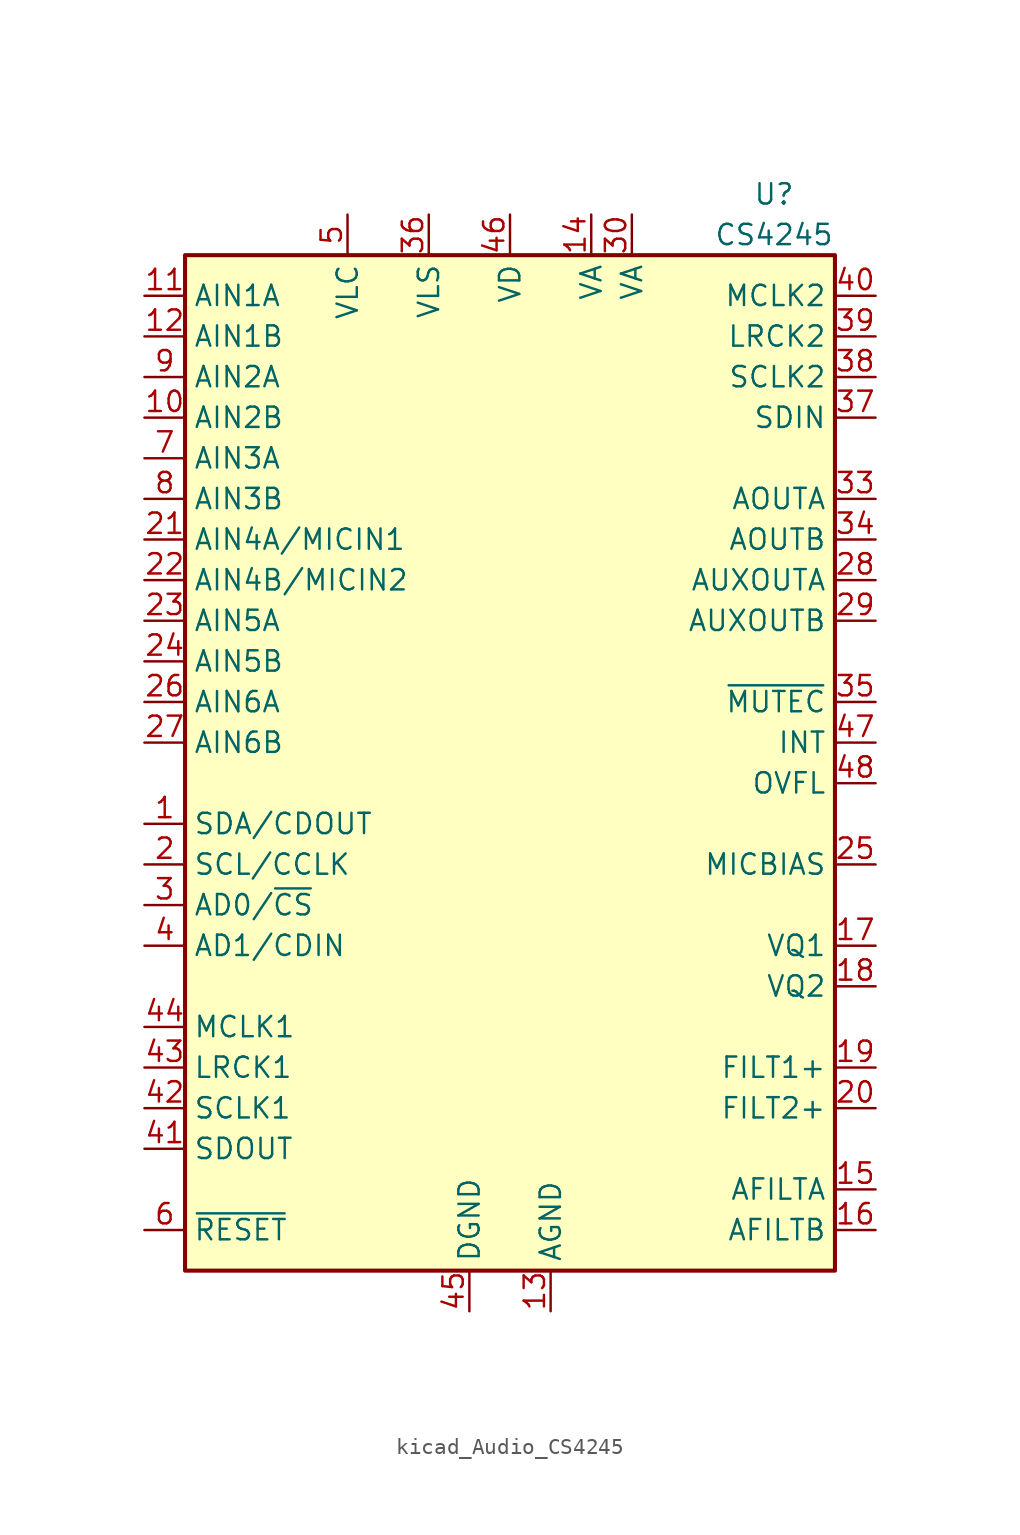
<source format=kicad_sym>
(kicad_symbol_lib
  (version 20220914)
  (generator kicad_symbol_editor)
  (symbol "kicad_Audio_CS4245"
    (property "Reference" "U"
      (at 16.51 36.83 0)
      (effects (font (size 1.27 1.27))))
    (property "Value" "CS4245"
      (at 16.51 34.29 0)
      (effects (font (size 1.27 1.27))))
    (symbol "kicad_Audio_CS4245_0_1"
      (rectangle (start -20.32 33.02) (end 20.32 -30.48) (stroke (width 0.254) (type default)) (fill (type background))))
    (symbol "kicad_Audio_CS4245_1_1"
      (pin bidirectional line (at -22.86 -2.54 0) (length 2.54) (name "SDA/CDOUT" (effects (font (size 1.27 1.27)))) (number "1" (effects (font (size 1.27 1.27)))))
      (pin input line (at -22.86 22.86 0) (length 2.54) (name "AIN2B" (effects (font (size 1.27 1.27)))) (number "10" (effects (font (size 1.27 1.27)))))
      (pin input line (at -22.86 30.48 0) (length 2.54) (name "AIN1A" (effects (font (size 1.27 1.27)))) (number "11" (effects (font (size 1.27 1.27)))))
      (pin input line (at -22.86 27.94 0) (length 2.54) (name "AIN1B" (effects (font (size 1.27 1.27)))) (number "12" (effects (font (size 1.27 1.27)))))
      (pin power_in line (at 2.54 -33.02 90) (length 2.54) (name "AGND" (effects (font (size 1.27 1.27)))) (number "13" (effects (font (size 1.27 1.27)))))
      (pin power_in line (at 5.08 35.56 270) (length 2.54) (name "VA" (effects (font (size 1.27 1.27)))) (number "14" (effects (font (size 1.27 1.27)))))
      (pin output line (at 22.86 -25.4 180) (length 2.54) (name "AFILTA" (effects (font (size 1.27 1.27)))) (number "15" (effects (font (size 1.27 1.27)))))
      (pin output line (at 22.86 -27.94 180) (length 2.54) (name "AFILTB" (effects (font (size 1.27 1.27)))) (number "16" (effects (font (size 1.27 1.27)))))
      (pin output line (at 22.86 -10.16 180) (length 2.54) (name "VQ1" (effects (font (size 1.27 1.27)))) (number "17" (effects (font (size 1.27 1.27)))))
      (pin output line (at 22.86 -12.7 180) (length 2.54) (name "VQ2" (effects (font (size 1.27 1.27)))) (number "18" (effects (font (size 1.27 1.27)))))
      (pin output line (at 22.86 -17.78 180) (length 2.54) (name "FILT1+" (effects (font (size 1.27 1.27)))) (number "19" (effects (font (size 1.27 1.27)))))
      (pin input line (at -22.86 -5.08 0) (length 2.54) (name "SCL/CCLK" (effects (font (size 1.27 1.27)))) (number "2" (effects (font (size 1.27 1.27)))))
      (pin output line (at 22.86 -20.32 180) (length 2.54) (name "FILT2+" (effects (font (size 1.27 1.27)))) (number "20" (effects (font (size 1.27 1.27)))))
      (pin input line (at -22.86 15.24 0) (length 2.54) (name "AIN4A/MICIN1" (effects (font (size 1.27 1.27)))) (number "21" (effects (font (size 1.27 1.27)))))
      (pin input line (at -22.86 12.7 0) (length 2.54) (name "AIN4B/MICIN2" (effects (font (size 1.27 1.27)))) (number "22" (effects (font (size 1.27 1.27)))))
      (pin input line (at -22.86 10.16 0) (length 2.54) (name "AIN5A" (effects (font (size 1.27 1.27)))) (number "23" (effects (font (size 1.27 1.27)))))
      (pin input line (at -22.86 7.62 0) (length 2.54) (name "AIN5B" (effects (font (size 1.27 1.27)))) (number "24" (effects (font (size 1.27 1.27)))))
      (pin output line (at 22.86 -5.08 180) (length 2.54) (name "MICBIAS" (effects (font (size 1.27 1.27)))) (number "25" (effects (font (size 1.27 1.27)))))
      (pin input line (at -22.86 5.08 0) (length 2.54) (name "AIN6A" (effects (font (size 1.27 1.27)))) (number "26" (effects (font (size 1.27 1.27)))))
      (pin input line (at -22.86 2.54 0) (length 2.54) (name "AIN6B" (effects (font (size 1.27 1.27)))) (number "27" (effects (font (size 1.27 1.27)))))
      (pin output line (at 22.86 12.7 180) (length 2.54) (name "AUXOUTA" (effects (font (size 1.27 1.27)))) (number "28" (effects (font (size 1.27 1.27)))))
      (pin output line (at 22.86 10.16 180) (length 2.54) (name "AUXOUTB" (effects (font (size 1.27 1.27)))) (number "29" (effects (font (size 1.27 1.27)))))
      (pin input line (at -22.86 -7.62 0) (length 2.54) (name "AD0/~{CS}" (effects (font (size 1.27 1.27)))) (number "3" (effects (font (size 1.27 1.27)))))
      (pin power_in line (at 7.62 35.56 270) (length 2.54) (name "VA" (effects (font (size 1.27 1.27)))) (number "30" (effects (font (size 1.27 1.27)))))
      (pin passive line (at 2.54 -33.02 90) (length 2.54) hide (name "AGND" (effects (font (size 1.27 1.27)))) (number "31" (effects (font (size 1.27 1.27)))))
      (pin passive line (at 2.54 -33.02 90) (length 2.54) hide (name "AGND" (effects (font (size 1.27 1.27)))) (number "32" (effects (font (size 1.27 1.27)))))
      (pin output line (at 22.86 17.78 180) (length 2.54) (name "AOUTA" (effects (font (size 1.27 1.27)))) (number "33" (effects (font (size 1.27 1.27)))))
      (pin output line (at 22.86 15.24 180) (length 2.54) (name "AOUTB" (effects (font (size 1.27 1.27)))) (number "34" (effects (font (size 1.27 1.27)))))
      (pin output line (at 22.86 5.08 180) (length 2.54) (name "~{MUTEC}" (effects (font (size 1.27 1.27)))) (number "35" (effects (font (size 1.27 1.27)))))
      (pin power_in line (at -5.08 35.56 270) (length 2.54) (name "VLS" (effects (font (size 1.27 1.27)))) (number "36" (effects (font (size 1.27 1.27)))))
      (pin input line (at 22.86 22.86 180) (length 2.54) (name "SDIN" (effects (font (size 1.27 1.27)))) (number "37" (effects (font (size 1.27 1.27)))))
      (pin bidirectional line (at 22.86 25.4 180) (length 2.54) (name "SCLK2" (effects (font (size 1.27 1.27)))) (number "38" (effects (font (size 1.27 1.27)))))
      (pin bidirectional line (at 22.86 27.94 180) (length 2.54) (name "LRCK2" (effects (font (size 1.27 1.27)))) (number "39" (effects (font (size 1.27 1.27)))))
      (pin input line (at -22.86 -10.16 0) (length 2.54) (name "AD1/CDIN" (effects (font (size 1.27 1.27)))) (number "4" (effects (font (size 1.27 1.27)))))
      (pin input line (at 22.86 30.48 180) (length 2.54) (name "MCLK2" (effects (font (size 1.27 1.27)))) (number "40" (effects (font (size 1.27 1.27)))))
      (pin output line (at -22.86 -22.86 0) (length 2.54) (name "SDOUT" (effects (font (size 1.27 1.27)))) (number "41" (effects (font (size 1.27 1.27)))))
      (pin bidirectional line (at -22.86 -20.32 0) (length 2.54) (name "SCLK1" (effects (font (size 1.27 1.27)))) (number "42" (effects (font (size 1.27 1.27)))))
      (pin bidirectional line (at -22.86 -17.78 0) (length 2.54) (name "LRCK1" (effects (font (size 1.27 1.27)))) (number "43" (effects (font (size 1.27 1.27)))))
      (pin input line (at -22.86 -15.24 0) (length 2.54) (name "MCLK1" (effects (font (size 1.27 1.27)))) (number "44" (effects (font (size 1.27 1.27)))))
      (pin power_in line (at -2.54 -33.02 90) (length 2.54) (name "DGND" (effects (font (size 1.27 1.27)))) (number "45" (effects (font (size 1.27 1.27)))))
      (pin power_in line (at 0 35.56 270) (length 2.54) (name "VD" (effects (font (size 1.27 1.27)))) (number "46" (effects (font (size 1.27 1.27)))))
      (pin output line (at 22.86 2.54 180) (length 2.54) (name "INT" (effects (font (size 1.27 1.27)))) (number "47" (effects (font (size 1.27 1.27)))))
      (pin output line (at 22.86 0 180) (length 2.54) (name "OVFL" (effects (font (size 1.27 1.27)))) (number "48" (effects (font (size 1.27 1.27)))))
      (pin input line (at -10.16 35.56 270) (length 2.54) (name "VLC" (effects (font (size 1.27 1.27)))) (number "5" (effects (font (size 1.27 1.27)))))
      (pin input line (at -22.86 -27.94 0) (length 2.54) (name "~{RESET}" (effects (font (size 1.27 1.27)))) (number "6" (effects (font (size 1.27 1.27)))))
      (pin input line (at -22.86 20.32 0) (length 2.54) (name "AIN3A" (effects (font (size 1.27 1.27)))) (number "7" (effects (font (size 1.27 1.27)))))
      (pin input line (at -22.86 17.78 0) (length 2.54) (name "AIN3B" (effects (font (size 1.27 1.27)))) (number "8" (effects (font (size 1.27 1.27)))))
      (pin input line (at -22.86 25.4 0) (length 2.54) (name "AIN2A" (effects (font (size 1.27 1.27)))) (number "9" (effects (font (size 1.27 1.27))))))))
</source>
